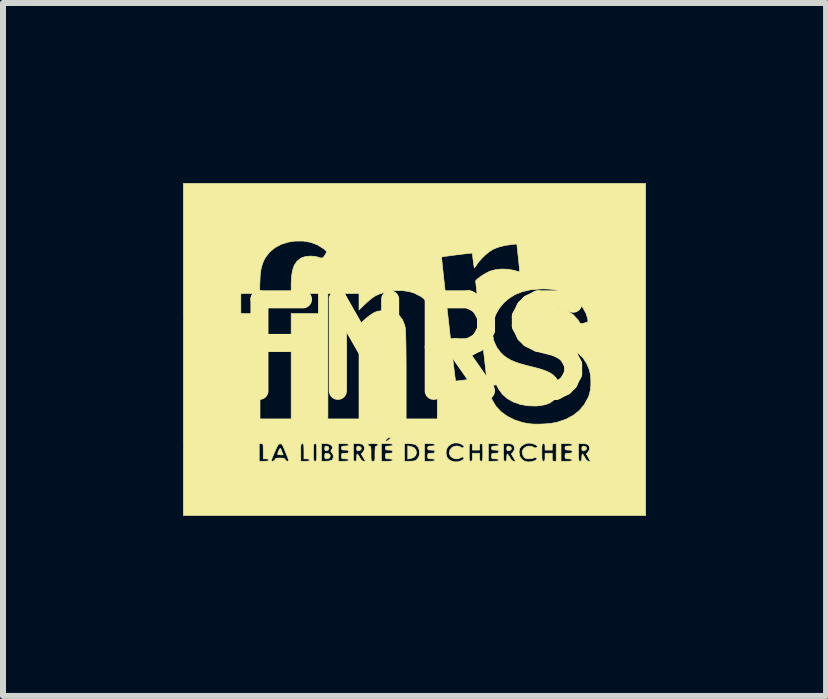
<source format=kicad_pcb>
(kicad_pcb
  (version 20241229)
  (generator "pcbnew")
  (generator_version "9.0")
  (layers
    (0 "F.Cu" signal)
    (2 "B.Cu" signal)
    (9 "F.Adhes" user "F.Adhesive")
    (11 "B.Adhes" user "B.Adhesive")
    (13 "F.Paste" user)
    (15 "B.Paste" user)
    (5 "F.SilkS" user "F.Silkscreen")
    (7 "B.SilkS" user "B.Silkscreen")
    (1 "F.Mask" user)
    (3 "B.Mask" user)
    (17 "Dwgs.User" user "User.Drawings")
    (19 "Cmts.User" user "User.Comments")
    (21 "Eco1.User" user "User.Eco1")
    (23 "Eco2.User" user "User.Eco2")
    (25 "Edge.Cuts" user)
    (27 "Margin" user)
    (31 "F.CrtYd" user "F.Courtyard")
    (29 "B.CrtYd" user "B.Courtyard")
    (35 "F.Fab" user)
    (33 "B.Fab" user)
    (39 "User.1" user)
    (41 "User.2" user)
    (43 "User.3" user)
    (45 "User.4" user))
  (footprint "FNRS"
    (layer "F.Cu")
    (at 3.848 2.771)
    (property "Reference" "FNRS" (at 0 0 0) (layer "F.SilkS") (effects (font (size 1.524 1.524) (thickness 0.3))))
    (attr through_hole)
    (fp_poly (pts (xy -0.057 1.615) (xy -0.005 1.634) (xy 0.028 1.67) (xy 0.04 1.715) (xy 0.028 1.763) (xy -0.006 1.798) (xy -0.056 1.817) (xy -0.057 1.817) (xy -0.106 1.825) (xy -0.106 1.606) (xy -0.057 1.615)) (stroke (width 0.01) (type solid)) (fill yes) (layer "F.SilkS"))
    (fp_poly (pts (xy 2.851 1.617) (xy 2.872 1.634) (xy 2.872 1.656) (xy 2.855 1.676) (xy 2.825 1.688) (xy 2.812 1.689) (xy 2.797 1.677) (xy 2.793 1.649) (xy 2.799 1.619) (xy 2.818 1.609) (xy 2.851 1.617)) (stroke (width 0.01) (type solid)) (fill yes) (layer "F.SilkS"))
    (fp_poly (pts (xy -0.9 1.618) (xy -0.881 1.637) (xy -0.88 1.66) (xy -0.897 1.679) (xy -0.921 1.686) (xy -0.947 1.686) (xy -0.956 1.673) (xy -0.957 1.65) (xy -0.953 1.62) (xy -0.937 1.609) (xy -0.934 1.609) (xy -0.9 1.618)) (stroke (width 0.01) (type solid)) (fill yes) (layer "F.SilkS"))
    (fp_poly (pts (xy 1.6 1.618) (xy 1.619 1.637) (xy 1.62 1.66) (xy 1.603 1.679) (xy 1.579 1.686) (xy 1.554 1.686) (xy 1.544 1.673) (xy 1.543 1.65) (xy 1.547 1.62) (xy 1.563 1.609) (xy 1.566 1.609) (xy 1.6 1.618)) (stroke (width 0.01) (type solid)) (fill yes) (layer "F.SilkS"))
    (fp_poly (pts (xy -1.436 1.617) (xy -1.426 1.624) (xy -1.418 1.647) (xy -1.429 1.672) (xy -1.452 1.687) (xy -1.463 1.689) (xy -1.482 1.682) (xy -1.489 1.659) (xy -1.489 1.649) (xy -1.485 1.619) (xy -1.469 1.609) (xy -1.465 1.609) (xy -1.436 1.617)) (stroke (width 0.01) (type solid)) (fill yes) (layer "F.SilkS"))
    (fp_poly (pts (xy -1.421 1.736) (xy -1.399 1.759) (xy -1.396 1.775) (xy -1.407 1.805) (xy -1.44 1.82) (xy -1.464 1.822) (xy -1.482 1.816) (xy -1.489 1.795) (xy -1.489 1.775) (xy -1.486 1.743) (xy -1.475 1.73) (xy -1.464 1.729) (xy -1.421 1.736)) (stroke (width 0.01) (type solid)) (fill yes) (layer "F.SilkS"))
    (fp_poly (pts (xy -2.221 1.654) (xy -2.221 1.654) (xy -2.216 1.668) (xy -2.205 1.698) (xy -2.201 1.707) (xy -2.181 1.755) (xy -2.227 1.755) (xy -2.258 1.753) (xy -2.274 1.748) (xy -2.274 1.746) (xy -2.269 1.723) (xy -2.258 1.693) (xy -2.244 1.665) (xy -2.233 1.65) (xy -2.231 1.649) (xy -2.221 1.654)) (stroke (width 0.01) (type solid)) (fill yes) (layer "F.SilkS"))
    (fp_poly (pts (xy 3.857 2.766) (xy -3.843 2.766) (xy -3.843 1.569) (xy -2.58 1.569) (xy -2.58 1.862) (xy -2.5 1.862) (xy -2.454 1.86) (xy -2.429 1.855) (xy -2.427 1.852) (xy -2.38 1.852) (xy -2.372 1.863) (xy -2.351 1.861) (xy -2.33 1.851) (xy -2.318 1.835) (xy -2.31 1.82) (xy -2.292 1.812) (xy -2.258 1.809) (xy -2.233 1.809) (xy -2.189 1.81) (xy -2.163 1.815) (xy -2.151 1.827) (xy -2.148 1.835) (xy -2.134 1.852) (xy -2.113 1.862) (xy -2.094 1.861) (xy -2.088 1.852) (xy -2.093 1.836) (xy -2.106 1.801) (xy -2.125 1.753) (xy -2.14 1.715) (xy -1.888 1.715) (xy -1.888 1.862) (xy -1.815 1.862) (xy -1.771 1.86) (xy -1.748 1.854) (xy -1.742 1.842) (xy -1.752 1.827) (xy -1.784 1.822) (xy -1.789 1.822) (xy -1.835 1.822) (xy -1.835 1.715) (xy -1.676 1.715) (xy -1.675 1.78) (xy -1.674 1.822) (xy -1.67 1.846) (xy -1.664 1.858) (xy -1.654 1.862) (xy -1.649 1.862) (xy -1.637 1.86) (xy -1.63 1.852) (xy -1.625 1.833) (xy -1.623 1.798) (xy -1.622 1.743) (xy -1.622 1.715) (xy -1.623 1.651) (xy -1.624 1.609) (xy -1.628 1.585) (xy -1.634 1.573) (xy -1.644 1.569) (xy -1.649 1.569) (xy -1.543 1.569) (xy -1.543 1.862) (xy -1.467 1.862) (xy -1.408 1.857) (xy -1.372 1.843) (xy -1.367 1.84) (xy -1.347 1.805) (xy -1.346 1.764) (xy -1.365 1.727) (xy -1.369 1.723) (xy -1.387 1.702) (xy -1.384 1.684) (xy -1.376 1.671) (xy -1.359 1.642) (xy -1.361 1.621) (xy -1.383 1.596) (xy -1.412 1.577) (xy -1.455 1.57) (xy -1.476 1.569) (xy -1.263 1.569) (xy -1.263 1.862) (xy -1.177 1.862) (xy -1.128 1.86) (xy -1.101 1.856) (xy -1.091 1.846) (xy -1.09 1.842) (xy -1.098 1.829) (xy -1.125 1.823) (xy -1.15 1.822) (xy -1.187 1.821) (xy -1.204 1.814) (xy -1.21 1.796) (xy -1.21 1.775) (xy -1.209 1.747) (xy -1.2 1.733) (xy -1.177 1.729) (xy -1.15 1.729) (xy -1.113 1.727) (xy -1.095 1.72) (xy -1.09 1.704) (xy -1.09 1.702) (xy -1.094 1.686) (xy -1.111 1.678) (xy -1.146 1.676) (xy -1.15 1.676) (xy -1.187 1.674) (xy -1.205 1.667) (xy -1.21 1.651) (xy -1.21 1.642) (xy -1.208 1.622) (xy -1.195 1.612) (xy -1.166 1.609) (xy -1.15 1.609) (xy -1.111 1.606) (xy -1.093 1.598) (xy -1.09 1.589) (xy -1.096 1.578) (xy -1.117 1.572) (xy -1.157 1.569) (xy -1.177 1.569) (xy -1.011 1.569) (xy -1.011 1.715) (xy -1.01 1.78) (xy -1.009 1.822) (xy -1.005 1.846) (xy -0.999 1.858) (xy -0.989 1.862) (xy -0.984 1.862) (xy -0.967 1.858) (xy -0.96 1.842) (xy -0.957 1.806) (xy -0.957 1.802) (xy -0.955 1.766) (xy -0.95 1.745) (xy -0.947 1.742) (xy -0.936 1.753) (xy -0.917 1.78) (xy -0.904 1.802) (xy -0.879 1.841) (xy -0.856 1.859) (xy -0.841 1.862) (xy -0.81 1.862) (xy -0.846 1.801) (xy -0.881 1.741) (xy -0.853 1.711) (xy -0.829 1.669) (xy -0.828 1.626) (xy -0.847 1.594) (xy -0.853 1.589) (xy -0.771 1.589) (xy -0.76 1.605) (xy -0.745 1.609) (xy -0.732 1.611) (xy -0.725 1.62) (xy -0.72 1.641) (xy -0.718 1.679) (xy -0.718 1.735) (xy -0.718 1.794) (xy -0.716 1.831) (xy -0.712 1.851) (xy -0.704 1.86) (xy -0.69 1.862) (xy -0.685 1.862) (xy -0.669 1.861) (xy -0.66 1.855) (xy -0.654 1.839) (xy -0.652 1.808) (xy -0.652 1.757) (xy -0.652 1.735) (xy -0.651 1.677) (xy -0.649 1.64) (xy -0.645 1.619) (xy -0.637 1.611) (xy -0.625 1.609) (xy -0.603 1.601) (xy -0.598 1.589) (xy -0.604 1.578) (xy -0.625 1.572) (xy -0.665 1.569) (xy -0.685 1.569) (xy -0.545 1.569) (xy -0.545 1.862) (xy -0.452 1.862) (xy -0.402 1.861) (xy -0.373 1.856) (xy -0.36 1.848) (xy -0.359 1.842) (xy -0.367 1.829) (xy -0.394 1.823) (xy -0.419 1.822) (xy -0.456 1.821) (xy -0.473 1.814) (xy -0.478 1.796) (xy -0.479 1.775) (xy -0.477 1.747) (xy -0.469 1.733) (xy -0.446 1.729) (xy -0.419 1.729) (xy -0.382 1.727) (xy -0.364 1.72) (xy -0.359 1.704) (xy -0.359 1.702) (xy -0.363 1.686) (xy -0.379 1.678) (xy -0.415 1.676) (xy -0.419 1.676) (xy -0.456 1.674) (xy -0.473 1.667) (xy -0.479 1.651) (xy -0.479 1.642) (xy -0.476 1.622) (xy -0.464 1.612) (xy -0.435 1.609) (xy -0.419 1.609) (xy -0.379 1.606) (xy -0.361 1.598) (xy -0.359 1.589) (xy -0.365 1.578) (xy -0.384 1.572) (xy -0.423 1.57) (xy -0.452 1.569) (xy -0.16 1.569) (xy -0.16 1.862) (xy -0.074 1.862) (xy -0.022 1.86) (xy 0.013 1.853) (xy 0.04 1.838) (xy 0.047 1.832) (xy 0.077 1.79) (xy 0.09 1.738) (xy 0.087 1.683) (xy 0.069 1.632) (xy 0.035 1.594) (xy 0.018 1.584) (xy -0.014 1.576) (xy -0.06 1.57) (xy -0.087 1.569) (xy 0.173 1.569) (xy 0.173 1.862) (xy 0.259 1.862) (xy 0.308 1.86) (xy 0.335 1.856) (xy 0.345 1.846) (xy 0.346 1.842) (xy 0.338 1.829) (xy 0.311 1.823) (xy 0.286 1.822) (xy 0.249 1.821) (xy 0.232 1.814) (xy 0.226 1.796) (xy 0.226 1.775) (xy 0.227 1.747) (xy 0.236 1.733) (xy 0.259 1.729) (xy 0.286 1.729) (xy 0.323 1.727) (xy 0.341 1.72) (xy 0.343 1.712) (xy 0.532 1.712) (xy 0.538 1.77) (xy 0.557 1.811) (xy 0.595 1.844) (xy 0.603 1.849) (xy 0.662 1.871) (xy 0.727 1.872) (xy 0.789 1.852) (xy 0.796 1.848) (xy 0.824 1.828) (xy 0.831 1.813) (xy 0.824 1.802) (xy 0.809 1.79) (xy 0.791 1.795) (xy 0.78 1.802) (xy 0.734 1.821) (xy 0.685 1.822) (xy 0.639 1.805) (xy 0.604 1.775) (xy 0.586 1.735) (xy 0.585 1.721) (xy 0.586 1.715) (xy 0.918 1.715) (xy 0.918 1.78) (xy 0.919 1.822) (xy 0.923 1.846) (xy 0.929 1.858) (xy 0.939 1.862) (xy 0.944 1.862) (xy 0.96 1.858) (xy 0.968 1.843) (xy 0.971 1.811) (xy 0.971 1.795) (xy 0.971 1.729) (xy 1.09 1.729) (xy 1.09 1.795) (xy 1.092 1.835) (xy 1.098 1.855) (xy 1.111 1.861) (xy 1.117 1.862) (xy 1.129 1.86) (xy 1.136 1.852) (xy 1.141 1.833) (xy 1.143 1.798) (xy 1.144 1.743) (xy 1.144 1.715) (xy 1.143 1.651) (xy 1.142 1.609) (xy 1.138 1.585) (xy 1.132 1.573) (xy 1.122 1.569) (xy 1.117 1.569) (xy 1.237 1.569) (xy 1.237 1.862) (xy 1.323 1.862) (xy 1.372 1.86) (xy 1.399 1.856) (xy 1.409 1.846) (xy 1.41 1.842) (xy 1.402 1.829) (xy 1.375 1.823) (xy 1.35 1.822) (xy 1.313 1.821) (xy 1.296 1.814) (xy 1.29 1.796) (xy 1.29 1.775) (xy 1.291 1.747) (xy 1.3 1.733) (xy 1.323 1.729) (xy 1.35 1.729) (xy 1.387 1.727) (xy 1.405 1.72) (xy 1.41 1.704) (xy 1.41 1.702) (xy 1.406 1.686) (xy 1.389 1.678) (xy 1.354 1.676) (xy 1.35 1.676) (xy 1.313 1.674) (xy 1.295 1.667) (xy 1.29 1.651) (xy 1.29 1.642) (xy 1.292 1.622) (xy 1.305 1.612) (xy 1.334 1.609) (xy 1.35 1.609) (xy 1.389 1.606) (xy 1.407 1.598) (xy 1.41 1.589) (xy 1.404 1.578) (xy 1.383 1.572) (xy 1.343 1.569) (xy 1.323 1.569) (xy 1.489 1.569) (xy 1.489 1.715) (xy 1.49 1.78) (xy 1.491 1.822) (xy 1.495 1.846) (xy 1.501 1.858) (xy 1.511 1.862) (xy 1.516 1.862) (xy 1.533 1.858) (xy 1.541 1.842) (xy 1.543 1.806) (xy 1.543 1.802) (xy 1.545 1.766) (xy 1.55 1.745) (xy 1.553 1.742) (xy 1.565 1.753) (xy 1.583 1.78) (xy 1.596 1.802) (xy 1.621 1.841) (xy 1.645 1.859) (xy 1.659 1.862) (xy 1.69 1.862) (xy 1.655 1.801) (xy 1.619 1.741) (xy 1.643 1.715) (xy 1.749 1.715) (xy 1.76 1.778) (xy 1.791 1.827) (xy 1.838 1.86) (xy 1.897 1.874) (xy 1.964 1.868) (xy 2.002 1.856) (xy 2.032 1.84) (xy 2.047 1.825) (xy 2.048 1.822) (xy 2.037 1.805) (xy 2.014 1.798) (xy 1.992 1.806) (xy 1.991 1.807) (xy 1.968 1.817) (xy 1.929 1.821) (xy 1.888 1.82) (xy 1.856 1.814) (xy 1.83 1.792) (xy 1.81 1.756) (xy 1.8 1.716) (xy 1.8 1.715) (xy 2.128 1.715) (xy 2.128 1.78) (xy 2.13 1.822) (xy 2.133 1.846) (xy 2.139 1.858) (xy 2.149 1.862) (xy 2.154 1.862) (xy 2.17 1.858) (xy 2.178 1.843) (xy 2.181 1.811) (xy 2.181 1.795) (xy 2.181 1.729) (xy 2.301 1.729) (xy 2.301 1.795) (xy 2.302 1.835) (xy 2.307 1.854) (xy 2.321 1.861) (xy 2.334 1.862) (xy 2.367 1.862) (xy 2.367 1.569) (xy 2.447 1.569) (xy 2.447 1.862) (xy 2.54 1.862) (xy 2.591 1.861) (xy 2.62 1.856) (xy 2.632 1.848) (xy 2.633 1.842) (xy 2.625 1.829) (xy 2.599 1.823) (xy 2.573 1.822) (xy 2.536 1.821) (xy 2.519 1.814) (xy 2.514 1.796) (xy 2.513 1.775) (xy 2.515 1.747) (xy 2.523 1.733) (xy 2.547 1.729) (xy 2.573 1.729) (xy 2.611 1.727) (xy 2.628 1.72) (xy 2.633 1.704) (xy 2.633 1.702) (xy 2.629 1.686) (xy 2.613 1.678) (xy 2.578 1.676) (xy 2.573 1.676) (xy 2.536 1.674) (xy 2.519 1.667) (xy 2.514 1.651) (xy 2.513 1.642) (xy 2.516 1.622) (xy 2.528 1.612) (xy 2.557 1.609) (xy 2.573 1.609) (xy 2.613 1.606) (xy 2.631 1.598) (xy 2.633 1.589) (xy 2.628 1.578) (xy 2.608 1.572) (xy 2.569 1.57) (xy 2.54 1.569) (xy 2.739 1.569) (xy 2.739 1.715) (xy 2.74 1.78) (xy 2.741 1.822) (xy 2.745 1.846) (xy 2.751 1.858) (xy 2.761 1.862) (xy 2.766 1.862) (xy 2.783 1.858) (xy 2.791 1.842) (xy 2.793 1.806) (xy 2.793 1.802) (xy 2.795 1.766) (xy 2.8 1.745) (xy 2.803 1.742) (xy 2.814 1.753) (xy 2.832 1.78) (xy 2.844 1.802) (xy 2.869 1.841) (xy 2.892 1.859) (xy 2.907 1.862) (xy 2.937 1.862) (xy 2.903 1.801) (xy 2.869 1.741) (xy 2.897 1.711) (xy 2.921 1.669) (xy 2.922 1.626) (xy 2.904 1.594) (xy 2.879 1.577) (xy 2.839 1.57) (xy 2.811 1.569) (xy 2.739 1.569) (xy 2.54 1.569) (xy 2.447 1.569) (xy 2.367 1.569) (xy 2.334 1.569) (xy 2.312 1.572) (xy 2.303 1.586) (xy 2.301 1.618) (xy 2.301 1.622) (xy 2.301 1.676) (xy 2.181 1.676) (xy 2.181 1.622) (xy 2.179 1.588) (xy 2.17 1.572) (xy 2.154 1.569) (xy 2.143 1.571) (xy 2.135 1.579) (xy 2.131 1.598) (xy 2.128 1.633) (xy 2.128 1.688) (xy 2.128 1.715) (xy 1.8 1.715) (xy 1.801 1.694) (xy 1.824 1.651) (xy 1.864 1.622) (xy 1.913 1.609) (xy 1.962 1.615) (xy 1.99 1.629) (xy 2.015 1.641) (xy 2.037 1.634) (xy 2.041 1.631) (xy 2.055 1.618) (xy 2.05 1.606) (xy 2.028 1.591) (xy 1.966 1.564) (xy 1.899 1.56) (xy 1.835 1.578) (xy 1.781 1.617) (xy 1.781 1.617) (xy 1.759 1.649) (xy 1.75 1.688) (xy 1.749 1.715) (xy 1.643 1.715) (xy 1.647 1.711) (xy 1.671 1.669) (xy 1.672 1.626) (xy 1.654 1.594) (xy 1.629 1.577) (xy 1.589 1.57) (xy 1.561 1.569) (xy 1.489 1.569) (xy 1.323 1.569) (xy 1.237 1.569) (xy 1.117 1.569) (xy 1.1 1.574) (xy 1.092 1.592) (xy 1.09 1.622) (xy 1.09 1.676) (xy 0.971 1.676) (xy 0.971 1.622) (xy 0.969 1.588) (xy 0.96 1.572) (xy 0.944 1.569) (xy 0.933 1.571) (xy 0.925 1.579) (xy 0.92 1.598) (xy 0.918 1.633) (xy 0.918 1.688) (xy 0.918 1.715) (xy 0.586 1.715) (xy 0.597 1.673) (xy 0.627 1.636) (xy 0.67 1.613) (xy 0.72 1.607) (xy 0.769 1.622) (xy 0.78 1.629) (xy 0.803 1.641) (xy 0.818 1.636) (xy 0.824 1.629) (xy 0.831 1.614) (xy 0.819 1.599) (xy 0.796 1.583) (xy 0.736 1.559) (xy 0.676 1.557) (xy 0.62 1.574) (xy 0.574 1.607) (xy 0.543 1.655) (xy 0.532 1.712) (xy 0.343 1.712) (xy 0.346 1.704) (xy 0.346 1.702) (xy 0.342 1.686) (xy 0.326 1.678) (xy 0.29 1.676) (xy 0.286 1.676) (xy 0.249 1.674) (xy 0.231 1.667) (xy 0.226 1.651) (xy 0.226 1.642) (xy 0.229 1.622) (xy 0.241 1.612) (xy 0.27 1.609) (xy 0.286 1.609) (xy 0.325 1.606) (xy 0.343 1.598) (xy 0.346 1.589) (xy 0.34 1.578) (xy 0.319 1.572) (xy 0.279 1.569) (xy 0.259 1.569) (xy 0.173 1.569) (xy -0.087 1.569) (xy -0.16 1.569) (xy -0.452 1.569) (xy -0.545 1.569) (xy -0.685 1.569) (xy -0.733 1.571) (xy -0.76 1.575) (xy -0.771 1.585) (xy -0.771 1.589) (xy -0.853 1.589) (xy -0.871 1.577) (xy -0.911 1.57) (xy -0.94 1.569) (xy -1.011 1.569) (xy -1.177 1.569) (xy -1.263 1.569) (xy -1.476 1.569) (xy -1.543 1.569) (xy -1.649 1.569) (xy -1.661 1.571) (xy -1.668 1.579) (xy -1.673 1.598) (xy -1.675 1.633) (xy -1.676 1.688) (xy -1.676 1.715) (xy -1.835 1.715) (xy -1.835 1.696) (xy -1.836 1.637) (xy -1.837 1.6) (xy -1.842 1.579) (xy -1.85 1.571) (xy -1.862 1.569) (xy -1.873 1.571) (xy -1.881 1.579) (xy -1.886 1.598) (xy -1.888 1.633) (xy -1.888 1.688) (xy -1.888 1.715) (xy -2.14 1.715) (xy -2.144 1.705) (xy -2.169 1.645) (xy -2.187 1.606) (xy -2.201 1.583) (xy -2.214 1.573) (xy -2.229 1.572) (xy -2.233 1.572) (xy -2.25 1.577) (xy -2.265 1.591) (xy -2.281 1.618) (xy -2.302 1.662) (xy -2.323 1.709) (xy -2.346 1.764) (xy -2.365 1.81) (xy -2.376 1.841) (xy -2.38 1.852) (xy -2.427 1.852) (xy -2.42 1.844) (xy -2.42 1.842) (xy -2.43 1.827) (xy -2.463 1.822) (xy -2.467 1.822) (xy -2.513 1.822) (xy -2.513 1.696) (xy -2.514 1.637) (xy -2.515 1.6) (xy -2.519 1.58) (xy -2.528 1.571) (xy -2.541 1.569) (xy -2.547 1.569) (xy -2.58 1.569) (xy -3.843 1.569) (xy -3.843 1.525) (xy -0.473 1.525) (xy -0.463 1.529) (xy -0.441 1.52) (xy -0.414 1.498) (xy -0.411 1.495) (xy -0.379 1.46) (xy -0.411 1.465) (xy -0.435 1.474) (xy -0.456 1.492) (xy -0.471 1.511) (xy -0.473 1.525) (xy -3.843 1.525) (xy -3.843 -0.931) (xy -2.886 -0.931) (xy -2.886 -0.598) (xy -2.567 -0.598) (xy -2.567 1.157) (xy -2.048 1.157) (xy -2.048 -0.598) (xy -1.596 -0.598) (xy -1.596 -0.931) (xy -1.436 -0.931) (xy -1.436 1.157) (xy -0.918 1.157) (xy -0.918 -0.408) (xy -0.834 -0.488) (xy -0.785 -0.532) (xy -0.731 -0.572) (xy -0.684 -0.603) (xy -0.678 -0.607) (xy -0.639 -0.626) (xy -0.604 -0.637) (xy -0.564 -0.643) (xy -0.509 -0.645) (xy -0.485 -0.645) (xy -0.411 -0.642) (xy -0.354 -0.633) (xy -0.309 -0.614) (xy -0.267 -0.582) (xy -0.243 -0.56) (xy -0.193 -0.495) (xy -0.159 -0.412) (xy -0.146 -0.358) (xy -0.143 -0.33) (xy -0.141 -0.278) (xy -0.139 -0.204) (xy -0.137 -0.11) (xy -0.135 0.001) (xy -0.134 0.128) (xy -0.133 0.268) (xy -0.133 0.418) (xy -0.133 0.434) (xy -0.133 1.157) (xy 0.386 1.157) (xy 0.386 0.634) (xy 1.247 0.634) (xy 1.249 0.668) (xy 1.258 0.715) (xy 1.274 0.771) (xy 1.295 0.828) (xy 1.302 0.844) (xy 1.363 0.946) (xy 1.447 1.036) (xy 1.55 1.112) (xy 1.671 1.173) (xy 1.807 1.217) (xy 1.902 1.235) (xy 1.986 1.243) (xy 2.086 1.244) (xy 2.191 1.239) (xy 2.291 1.229) (xy 2.377 1.213) (xy 2.385 1.211) (xy 2.528 1.163) (xy 2.651 1.097) (xy 2.755 1.014) (xy 2.838 0.913) (xy 2.901 0.797) (xy 2.914 0.764) (xy 2.934 0.685) (xy 2.944 0.592) (xy 2.943 0.494) (xy 2.933 0.401) (xy 2.914 0.326) (xy 2.872 0.23) (xy 2.818 0.148) (xy 2.751 0.08) (xy 2.666 0.022) (xy 2.563 -0.027) (xy 2.438 -0.07) (xy 2.342 -0.095) (xy 2.227 -0.123) (xy 2.135 -0.148) (xy 2.062 -0.172) (xy 2.005 -0.195) (xy 1.959 -0.218) (xy 1.922 -0.244) (xy 1.908 -0.257) (xy 1.857 -0.318) (xy 1.831 -0.385) (xy 1.828 -0.455) (xy 1.848 -0.522) (xy 1.889 -0.585) (xy 1.951 -0.638) (xy 1.989 -0.659) (xy 2.032 -0.678) (xy 2.075 -0.69) (xy 2.126 -0.697) (xy 2.194 -0.702) (xy 2.335 -0.7) (xy 2.458 -0.678) (xy 2.564 -0.637) (xy 2.654 -0.576) (xy 2.728 -0.494) (xy 2.759 -0.447) (xy 2.77 -0.434) (xy 2.787 -0.43) (xy 2.818 -0.436) (xy 2.837 -0.441) (xy 2.875 -0.452) (xy 2.892 -0.463) (xy 2.896 -0.48) (xy 2.893 -0.505) (xy 2.863 -0.601) (xy 2.811 -0.695) (xy 2.741 -0.783) (xy 2.657 -0.859) (xy 2.563 -0.919) (xy 2.552 -0.924) (xy 2.457 -0.964) (xy 2.363 -0.991) (xy 2.263 -1.005) (xy 2.149 -1.009) (xy 2.09 -1.007) (xy 1.935 -0.993) (xy 1.799 -0.961) (xy 1.679 -0.913) (xy 1.573 -0.845) (xy 1.496 -0.778) (xy 1.417 -0.683) (xy 1.359 -0.579) (xy 1.321 -0.468) (xy 1.303 -0.354) (xy 1.307 -0.242) (xy 1.331 -0.134) (xy 1.377 -0.034) (xy 1.444 0.054) (xy 1.447 0.057) (xy 1.497 0.104) (xy 1.551 0.143) (xy 1.613 0.178) (xy 1.687 0.21) (xy 1.777 0.24) (xy 1.887 0.27) (xy 1.976 0.292) (xy 2.094 0.323) (xy 2.189 0.355) (xy 2.263 0.389) (xy 2.319 0.426) (xy 2.362 0.47) (xy 2.393 0.52) (xy 2.395 0.525) (xy 2.417 0.602) (xy 2.415 0.682) (xy 2.391 0.759) (xy 2.347 0.826) (xy 2.332 0.84) (xy 2.269 0.887) (xy 2.194 0.918) (xy 2.1 0.936) (xy 2.032 0.942) (xy 1.895 0.938) (xy 1.767 0.915) (xy 1.652 0.875) (xy 1.552 0.818) (xy 1.47 0.746) (xy 1.408 0.66) (xy 1.402 0.649) (xy 1.37 0.587) (xy 1.32 0.6) (xy 1.284 0.61) (xy 1.258 0.617) (xy 1.255 0.618) (xy 1.247 0.634) (xy 0.386 0.634) (xy 0.386 0.382) (xy 0.385 0.213) (xy 0.385 0.059) (xy 0.383 -0.081) (xy 0.382 -0.202) (xy 0.38 -0.305) (xy 0.377 -0.386) (xy 0.375 -0.444) (xy 0.372 -0.478) (xy 0.372 -0.479) (xy 0.34 -0.601) (xy 0.285 -0.71) (xy 0.211 -0.803) (xy 0.118 -0.879) (xy 0.008 -0.936) (xy -0.081 -0.964) (xy -0.202 -0.981) (xy -0.33 -0.98) (xy -0.457 -0.961) (xy -0.575 -0.925) (xy -0.642 -0.895) (xy -0.682 -0.869) (xy -0.732 -0.831) (xy -0.785 -0.785) (xy -0.814 -0.758) (xy -0.918 -0.658) (xy -0.918 -0.931) (xy -1.436 -0.931) (xy -1.596 -0.931) (xy -2.048 -0.931) (xy -2.048 -1.089) (xy -2.042 -1.216) (xy -2.025 -1.32) (xy -1.996 -1.403) (xy -1.953 -1.467) (xy -1.896 -1.514) (xy -1.871 -1.528) (xy -1.805 -1.549) (xy -1.725 -1.556) (xy -1.643 -1.549) (xy -1.588 -1.535) (xy -1.554 -1.524) (xy -1.531 -1.523) (xy -1.512 -1.534) (xy -1.508 -1.54) (xy 0.458 -1.54) (xy 0.459 -1.526) (xy 0.462 -1.488) (xy 0.468 -1.429) (xy 0.476 -1.351) (xy 0.486 -1.257) (xy 0.498 -1.148) (xy 0.511 -1.028) (xy 0.525 -0.899) (xy 0.54 -0.763) (xy 0.556 -0.622) (xy 0.572 -0.481) (xy 0.588 -0.339) (xy 0.603 -0.202) (xy 0.618 -0.069) (xy 0.633 0.055) (xy 0.646 0.168) (xy 0.658 0.268) (xy 0.668 0.353) (xy 0.676 0.419) (xy 0.682 0.465) (xy 0.685 0.486) (xy 0.692 0.527) (xy 0.947 0.496) (xy 1.026 0.486) (xy 1.095 0.477) (xy 1.151 0.47) (xy 1.188 0.465) (xy 1.204 0.462) (xy 1.204 0.462) (xy 1.203 0.449) (xy 1.2 0.411) (xy 1.193 0.352) (xy 1.185 0.273) (xy 1.174 0.177) (xy 1.161 0.066) (xy 1.147 -0.058) (xy 1.132 -0.192) (xy 1.116 -0.332) (xy 1.099 -0.475) (xy 1.084 -0.61) (xy 1.07 -0.734) (xy 1.057 -0.847) (xy 1.046 -0.944) (xy 1.037 -1.025) (xy 1.03 -1.086) (xy 1.026 -1.125) (xy 1.024 -1.14) (xy 1.035 -1.157) (xy 1.064 -1.182) (xy 1.105 -1.213) (xy 1.153 -1.245) (xy 1.204 -1.275) (xy 1.25 -1.298) (xy 1.264 -1.304) (xy 1.354 -1.329) (xy 1.457 -1.34) (xy 1.564 -1.336) (xy 1.659 -1.319) (xy 1.755 -1.293) (xy 1.755 -1.321) (xy 1.754 -1.344) (xy 1.75 -1.388) (xy 1.744 -1.447) (xy 1.737 -1.517) (xy 1.733 -1.553) (xy 1.711 -1.757) (xy 1.623 -1.748) (xy 1.507 -1.731) (xy 1.401 -1.703) (xy 1.315 -1.668) (xy 1.256 -1.631) (xy 1.191 -1.578) (xy 1.128 -1.517) (xy 1.074 -1.455) (xy 1.05 -1.422) (xy 1.027 -1.387) (xy 1.01 -1.365) (xy 1.003 -1.36) (xy 1 -1.374) (xy 0.994 -1.408) (xy 0.987 -1.457) (xy 0.984 -1.483) (xy 0.977 -1.536) (xy 0.972 -1.577) (xy 0.968 -1.601) (xy 0.967 -1.604) (xy 0.953 -1.604) (xy 0.918 -1.601) (xy 0.866 -1.595) (xy 0.803 -1.587) (xy 0.734 -1.579) (xy 0.663 -1.57) (xy 0.596 -1.561) (xy 0.536 -1.553) (xy 0.491 -1.546) (xy 0.464 -1.541) (xy 0.458 -1.54) (xy -1.508 -1.54) (xy -1.492 -1.562) (xy -1.471 -1.597) (xy -1.46 -1.619) (xy -1.461 -1.635) (xy -1.477 -1.653) (xy -1.503 -1.674) (xy -1.606 -1.74) (xy -1.722 -1.784) (xy -1.849 -1.806) (xy -1.985 -1.805) (xy -2.09 -1.789) (xy -2.212 -1.752) (xy -2.318 -1.695) (xy -2.407 -1.621) (xy -2.476 -1.532) (xy -2.501 -1.486) (xy -2.526 -1.425) (xy -2.545 -1.363) (xy -2.557 -1.295) (xy -2.565 -1.213) (xy -2.569 -1.113) (xy -2.57 -1.094) (xy -2.573 -0.931) (xy -2.73 -0.931) (xy -2.886 -0.931) (xy -3.843 -0.931) (xy -3.843 -2.766) (xy 3.857 -2.766) (xy 3.857 2.766)) (stroke (width 0.01) (type solid)) (fill yes) (layer "F.SilkS")))
  (gr_rect
    (start -3 -3)
    (end 10.71 8.542)
    (stroke (width 0.1) (type default))
    (fill no)
    (layer "Edge.Cuts")))
</source>
